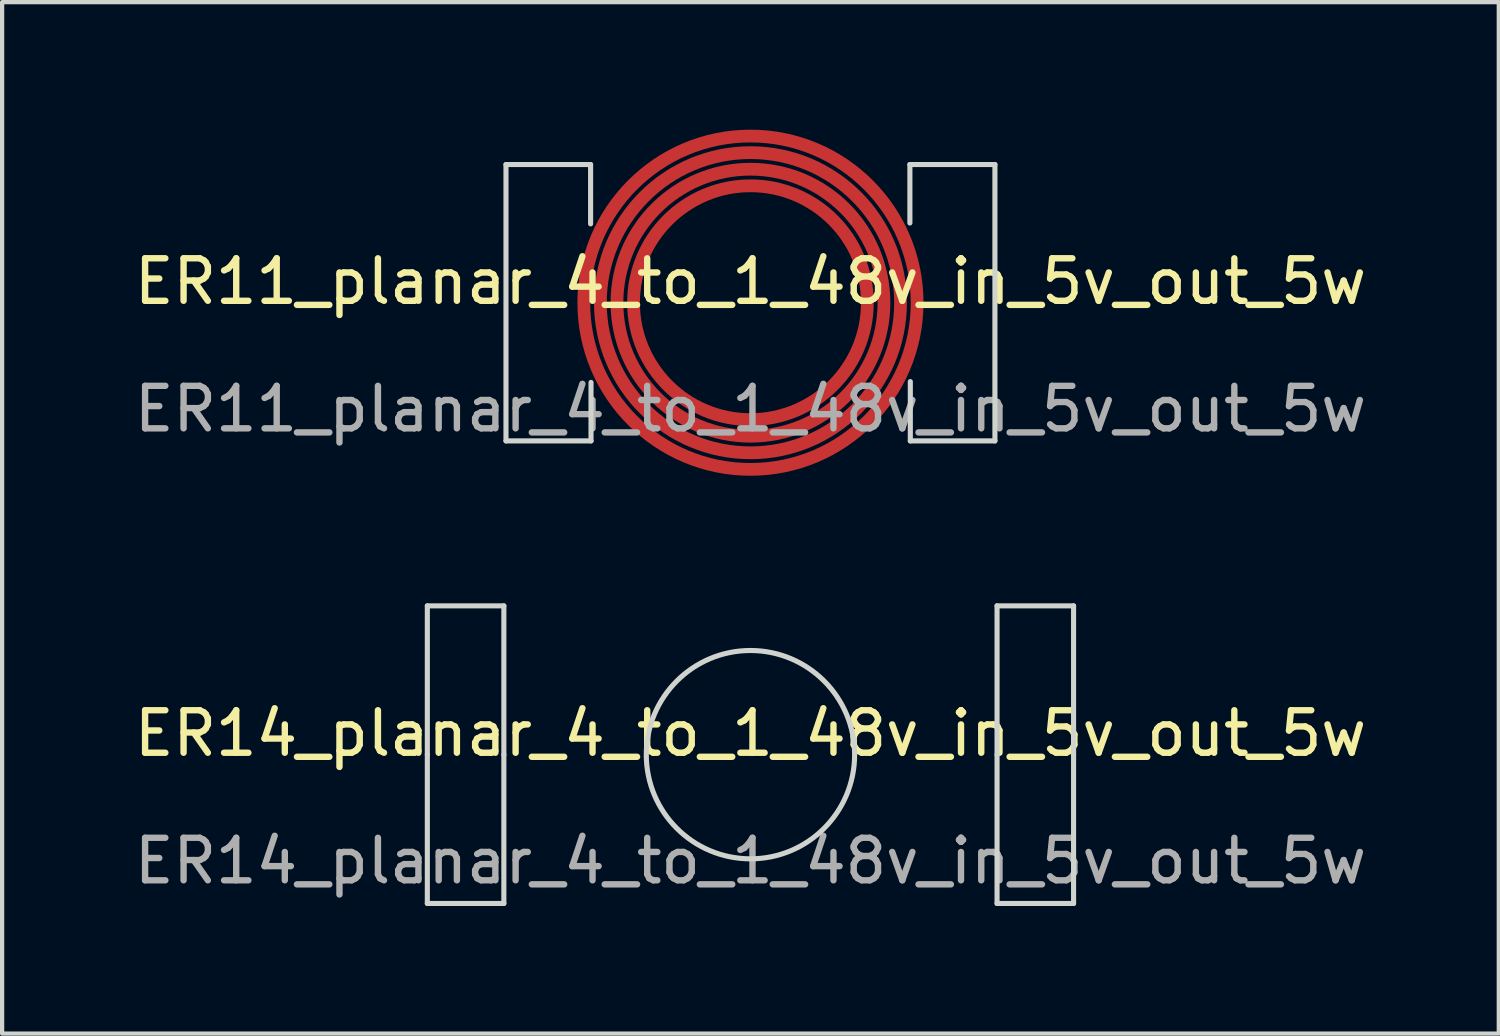
<source format=kicad_pcb>
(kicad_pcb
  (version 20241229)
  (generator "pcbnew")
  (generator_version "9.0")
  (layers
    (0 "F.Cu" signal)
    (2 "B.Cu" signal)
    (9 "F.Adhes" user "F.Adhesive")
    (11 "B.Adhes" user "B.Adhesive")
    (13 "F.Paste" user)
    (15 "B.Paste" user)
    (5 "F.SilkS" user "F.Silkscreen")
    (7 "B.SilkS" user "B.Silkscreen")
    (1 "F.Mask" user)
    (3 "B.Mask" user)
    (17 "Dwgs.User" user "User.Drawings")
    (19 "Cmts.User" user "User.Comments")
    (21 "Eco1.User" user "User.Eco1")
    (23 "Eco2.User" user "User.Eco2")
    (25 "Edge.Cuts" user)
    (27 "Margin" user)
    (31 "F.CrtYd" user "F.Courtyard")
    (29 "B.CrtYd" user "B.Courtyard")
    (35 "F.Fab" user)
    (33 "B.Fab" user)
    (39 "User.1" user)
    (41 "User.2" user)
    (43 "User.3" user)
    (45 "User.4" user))
  (footprint "ER11_planar_4_to_1_48v_in_5v_out_5w"
    (layer "F.Cu")
    (at 14.601 4.07)
    (property "Reference" "ER11_planar_4_to_1_48v_in_5v_out_5w" (at 0 -0.5 0) (unlocked yes) (layer "F.SilkS") (effects (font (size 1 1) (thickness 0.15))))
    (attr smd)
    (fp_circle (center 0 0) (end 2.75 0) (stroke (width 0.3) (type default)) (fill no) (layer "F.Cu"))
    (fp_circle (center 0 0) (end 3.14 0) (stroke (width 0.3) (type default)) (fill no) (layer "F.Cu"))
    (fp_circle (center 0 0) (end 3.53 0) (stroke (width 0.3) (type default)) (fill no) (layer "F.Cu"))
    (fp_circle (center 0 0) (end 3.92 0) (stroke (width 0.3) (type default)) (fill no) (layer "F.Cu"))
    (fp_line (start -5.75 -3.25) (end -5.75 3.25) (stroke (width 0.12) (type default)) (layer "Edge.Cuts"))
    (fp_line (start -5.75 -3.25) (end -3.76 -3.25) (stroke (width 0.12) (type default)) (layer "Edge.Cuts"))
    (fp_line (start -5.75 3.25) (end -3.75 3.25) (stroke (width 0.12) (type default)) (layer "Edge.Cuts"))
    (fp_line (start -3.76 -3.25) (end -3.76 -1.855) (stroke (width 0.12) (type default)) (layer "Edge.Cuts"))
    (fp_line (start -3.75 3.25) (end -3.75 1.875) (stroke (width 0.12) (type default)) (layer "Edge.Cuts"))
    (fp_line (start 3.75 -3.25) (end 3.75 -1.875) (stroke (width 0.12) (type default)) (layer "Edge.Cuts"))
    (fp_line (start 3.76 3.25) (end 3.76 1.855) (stroke (width 0.12) (type default)) (layer "Edge.Cuts"))
    (fp_line (start 5.75 -3.25) (end 3.75 -3.25) (stroke (width 0.12) (type default)) (layer "Edge.Cuts"))
    (fp_line (start 5.75 3.25) (end 3.76 3.25) (stroke (width 0.12) (type default)) (layer "Edge.Cuts"))
    (fp_line (start 5.75 3.25) (end 5.75 -3.25) (stroke (width 0.12) (type default)) (layer "Edge.Cuts"))
    (fp_arc (start -3.75 1.875) (mid -4.192612 0.01121) (end -3.759973 -1.85492) (stroke (width 0.00001) (type default)) (layer "Edge.Cuts"))
    (fp_arc (start 3.75 -1.875) (mid 4.192612 -0.01121) (end 3.759973 1.85492) (stroke (width 0.00001) (type default)) (layer "Edge.Cuts"))
    (fp_circle (center 0 0) (end 2.25 0) (stroke (width 0.00001) (type default)) (fill no) (layer "Edge.Cuts"))
    (fp_text user "${REFERENCE}" (at 0 2.5 0) (unlocked yes) (layer "F.Fab") (effects (font (size 1 1) (thickness 0.15)))))
  (footprint "ER14_planar_4_to_1_48v_in_5v_out_5w"
    (layer "F.Cu")
    (at 14.601 14.7)
    (property "Reference" "ER14_planar_4_to_1_48v_in_5v_out_5w" (at 0 -0.5 0) (unlocked yes) (layer "F.SilkS") (effects (font (size 1 1) (thickness 0.15))))
    (attr smd)
    (fp_line (start -7.6 -3.5) (end -7.6 0) (stroke (width 0.12) (type default)) (layer "Edge.Cuts"))
    (fp_line (start -7.6 0) (end -7.6 3.5) (stroke (width 0.12) (type default)) (layer "Edge.Cuts"))
    (fp_line (start -7.6 3.5) (end -5.8 3.5) (stroke (width 0.12) (type default)) (layer "Edge.Cuts"))
    (fp_line (start -5.8 -3.5) (end -7.6 -3.5) (stroke (width 0.12) (type default)) (layer "Edge.Cuts"))
    (fp_line (start -5.8 0) (end -5.8 -3.5) (stroke (width 0.12) (type default)) (layer "Edge.Cuts"))
    (fp_line (start -5.8 3.5) (end -5.8 0) (stroke (width 0.12) (type default)) (layer "Edge.Cuts"))
    (fp_line (start 5.8 -3.5) (end 7.6 -3.5) (stroke (width 0.12) (type default)) (layer "Edge.Cuts"))
    (fp_line (start 5.8 0) (end 5.8 -3.5) (stroke (width 0.12) (type default)) (layer "Edge.Cuts"))
    (fp_line (start 5.8 3.5) (end 5.8 0) (stroke (width 0.12) (type default)) (layer "Edge.Cuts"))
    (fp_line (start 7.6 -3.5) (end 7.6 0) (stroke (width 0.12) (type default)) (layer "Edge.Cuts"))
    (fp_line (start 7.6 0) (end 7.6 3.5) (stroke (width 0.12) (type default)) (layer "Edge.Cuts"))
    (fp_line (start 7.6 3.5) (end 5.8 3.5) (stroke (width 0.12) (type default)) (layer "Edge.Cuts"))
    (fp_circle (center 0 0) (end 2.45 0) (stroke (width 0.12) (type default)) (fill no) (layer "Edge.Cuts"))
    (fp_text user "${REFERENCE}" (at 0 2.5 0) (unlocked yes) (layer "F.Fab") (effects (font (size 1 1) (thickness 0.15)))))
  (gr_rect
    (start -3 -3)
    (end 32.202 21.26)
    (stroke (width 0.1) (type default))
    (fill no)
    (layer "Edge.Cuts")))
</source>
